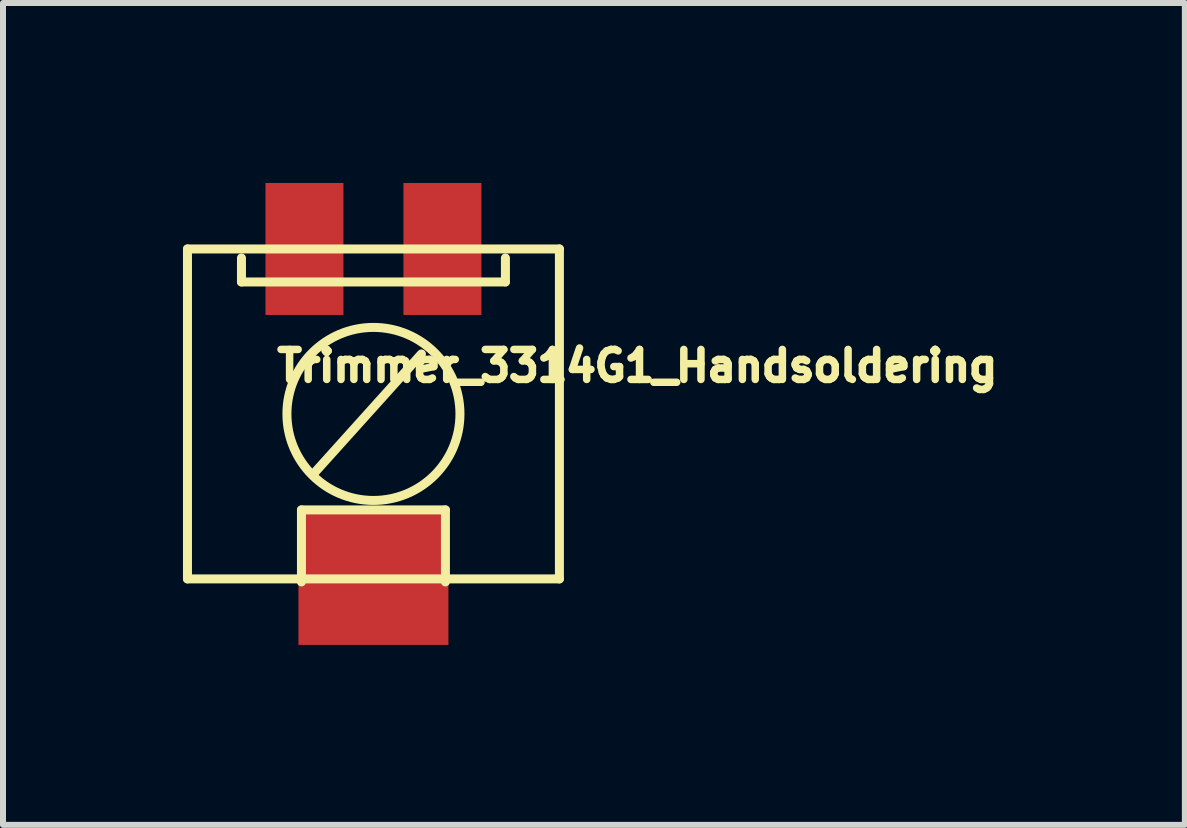
<source format=kicad_pcb>
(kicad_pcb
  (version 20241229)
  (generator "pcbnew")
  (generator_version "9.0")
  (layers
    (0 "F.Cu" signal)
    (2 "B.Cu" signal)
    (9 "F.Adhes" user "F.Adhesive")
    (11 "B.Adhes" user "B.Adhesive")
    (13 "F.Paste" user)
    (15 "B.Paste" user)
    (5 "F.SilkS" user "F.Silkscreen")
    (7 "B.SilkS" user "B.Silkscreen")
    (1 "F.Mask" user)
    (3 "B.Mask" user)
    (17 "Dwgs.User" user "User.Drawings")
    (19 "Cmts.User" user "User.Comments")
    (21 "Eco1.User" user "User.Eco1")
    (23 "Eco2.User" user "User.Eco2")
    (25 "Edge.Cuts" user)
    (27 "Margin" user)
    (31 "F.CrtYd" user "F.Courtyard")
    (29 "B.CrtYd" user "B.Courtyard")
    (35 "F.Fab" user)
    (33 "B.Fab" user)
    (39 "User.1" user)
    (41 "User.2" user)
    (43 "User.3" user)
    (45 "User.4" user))
  (footprint "Trimmer_3314G1_Handsoldering"
    (layer "F.Cu")
    (at 3.175 3.85)
    (property "Reference" "Trimmer_3314G1_Handsoldering" (at 4.4 -0.8 0) (layer "F.SilkS") (effects (font (size 0.5 0.5) (thickness 0.125))))
    (attr through_hole)
    (fp_line (start -3.1 -2.75) (end 3.1 -2.75) (stroke (width 0.15) (type solid)) (layer "F.SilkS"))
    (fp_line (start -3.1 2.75) (end -3.1 -2.75) (stroke (width 0.15) (type solid)) (layer "F.SilkS"))
    (fp_line (start -2.2 -2.6) (end -2.2 -2.2) (stroke (width 0.15) (type solid)) (layer "F.SilkS"))
    (fp_line (start -2.2 -2.2) (end 2.2 -2.2) (stroke (width 0.15) (type solid)) (layer "F.SilkS"))
    (fp_line (start -1.2 1.6) (end 1.2 1.6) (stroke (width 0.15) (type solid)) (layer "F.SilkS"))
    (fp_line (start -1.2 2.8) (end -1.2 1.6) (stroke (width 0.15) (type solid)) (layer "F.SilkS"))
    (fp_line (start -1 1) (end 0.8 -1) (stroke (width 0.15) (type solid)) (layer "F.SilkS"))
    (fp_line (start 1.2 1.6) (end 1.2 2.8) (stroke (width 0.15) (type solid)) (layer "F.SilkS"))
    (fp_line (start 2.2 -2.2) (end 2.2 -2.6) (stroke (width 0.15) (type solid)) (layer "F.SilkS"))
    (fp_line (start 3.1 -2.75) (end 3.1 2.75) (stroke (width 0.15) (type solid)) (layer "F.SilkS"))
    (fp_line (start 3.1 2.75) (end -3.1 2.75) (stroke (width 0.15) (type solid)) (layer "F.SilkS"))
    (fp_circle (center 0 0) (end 1.2 0.8) (stroke (width 0.15) (type solid)) (fill no) (layer "F.SilkS"))
    (pad "1" smd rect (at -1.15 -2.75) (size 1.3 2.2) (layers "F.Cu" "F.Mask" "F.Paste"))
    (pad "2" smd rect (at 0 2.75) (size 2.5 2.2) (layers "F.Cu" "F.Mask" "F.Paste"))
    (pad "3" smd rect (at 1.15 -2.75) (size 1.3 2.2) (layers "F.Cu" "F.Mask" "F.Paste")))
  (gr_rect
    (start -3 -3)
    (end 16.701 10.7)
    (stroke (width 0.1) (type default))
    (fill no)
    (layer "Edge.Cuts")))
</source>
